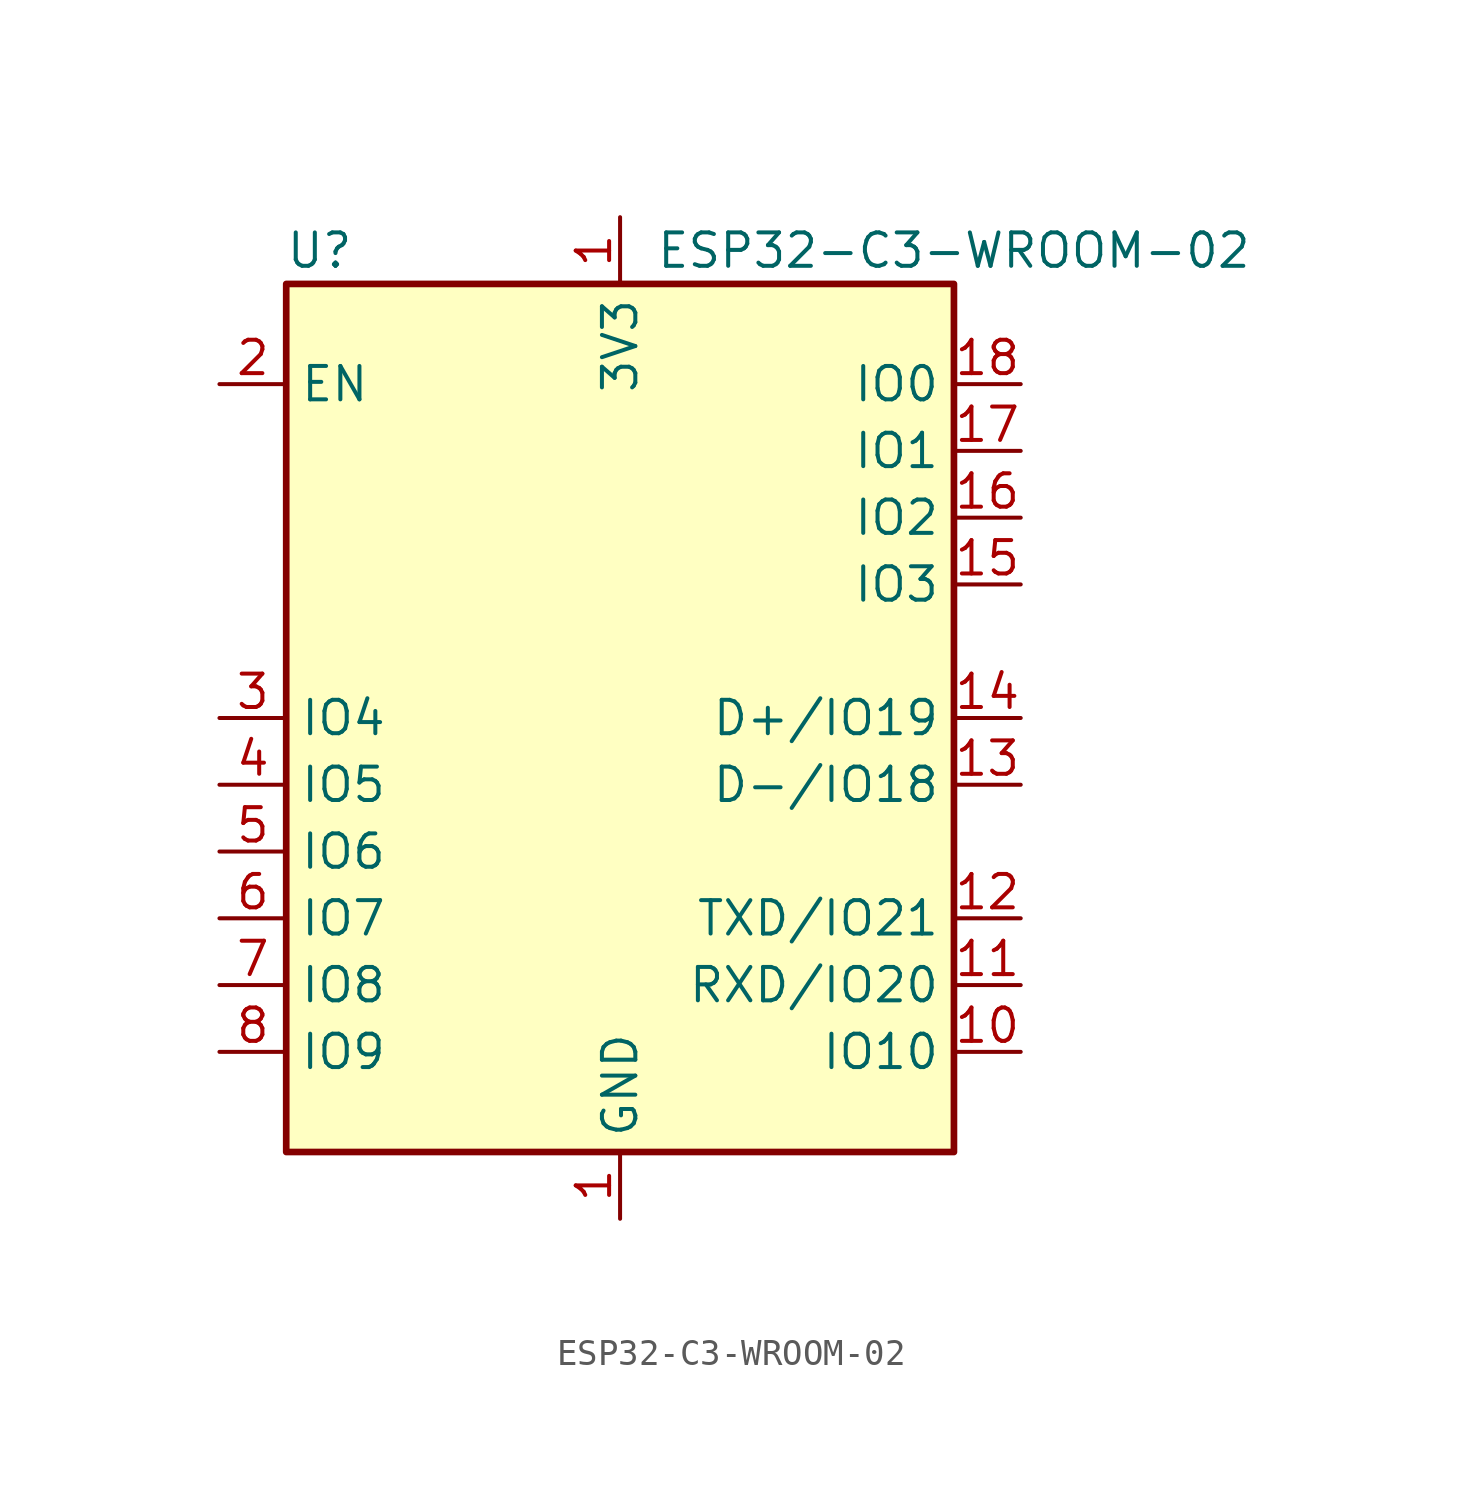
<source format=kicad_sym>
(kicad_symbol_lib
  (version 20220914)
  (generator kicad_symbol_editor)
  (symbol "ESP32-C3-WROOM-02"
    (property "Reference" "U"
      (at -11.43 17.78 0)
      (effects (font (size 1.27 1.27))))
    (property "Value" "ESP32-C3-WROOM-02"
      (at 12.7 17.78 0)
      (effects (font (size 1.27 1.27))))
    (symbol "ESP32-C3-WROOM-02_0_1"
      (rectangle (start -12.7 16.51) (end 12.7 -16.51) (stroke (width 0.254) (type default)) (fill (type background))))
    (symbol "ESP32-C3-WROOM-02_1_1"
      (pin power_in line (at 0 19.05 270) (length 2.54) (name "3V3" (effects (font (size 1.27 1.27)))) (number "1" (effects (font (size 1.27 1.27)))))
      (pin power_in line (at 0 -19.05 90) (length 2.54) (name "GND" (effects (font (size 1.27 1.27)))) (number "1" (effects (font (size 1.27 1.27)))))
      (pin bidirectional line (at 15.24 -12.7 180) (length 2.54) (name "IO10" (effects (font (size 1.27 1.27)))) (number "10" (effects (font (size 1.27 1.27)))))
      (pin bidirectional line (at 15.24 -10.16 180) (length 2.54) (name "RXD/IO20" (effects (font (size 1.27 1.27)))) (number "11" (effects (font (size 1.27 1.27)))))
      (pin bidirectional line (at 15.24 -7.62 180) (length 2.54) (name "TXD/IO21" (effects (font (size 1.27 1.27)))) (number "12" (effects (font (size 1.27 1.27)))))
      (pin bidirectional line (at 15.24 -2.54 180) (length 2.54) (name "D-/IO18" (effects (font (size 1.27 1.27)))) (number "13" (effects (font (size 1.27 1.27)))))
      (pin bidirectional line (at 15.24 0 180) (length 2.54) (name "D+/IO19" (effects (font (size 1.27 1.27)))) (number "14" (effects (font (size 1.27 1.27)))))
      (pin bidirectional line (at 15.24 5.08 180) (length 2.54) (name "IO3" (effects (font (size 1.27 1.27)))) (number "15" (effects (font (size 1.27 1.27)))))
      (pin bidirectional line (at 15.24 7.62 180) (length 2.54) (name "IO2" (effects (font (size 1.27 1.27)))) (number "16" (effects (font (size 1.27 1.27)))))
      (pin bidirectional line (at 15.24 10.16 180) (length 2.54) (name "IO1" (effects (font (size 1.27 1.27)))) (number "17" (effects (font (size 1.27 1.27)))))
      (pin bidirectional line (at 15.24 12.7 180) (length 2.54) (name "IO0" (effects (font (size 1.27 1.27)))) (number "18" (effects (font (size 1.27 1.27)))))
      (pin passive line (at 0 -19.05 90) (length 2.54) hide (name "GND" (effects (font (size 1.27 1.27)))) (number "19" (effects (font (size 1.27 1.27)))))
      (pin input line (at -15.24 12.7 0) (length 2.54) (name "EN" (effects (font (size 1.27 1.27)))) (number "2" (effects (font (size 1.27 1.27)))))
      (pin bidirectional line (at -15.24 0 0) (length 2.54) (name "IO4" (effects (font (size 1.27 1.27)))) (number "3" (effects (font (size 1.27 1.27)))))
      (pin bidirectional line (at -15.24 -2.54 0) (length 2.54) (name "IO5" (effects (font (size 1.27 1.27)))) (number "4" (effects (font (size 1.27 1.27)))))
      (pin bidirectional line (at -15.24 -5.08 0) (length 2.54) (name "IO6" (effects (font (size 1.27 1.27)))) (number "5" (effects (font (size 1.27 1.27)))))
      (pin bidirectional line (at -15.24 -7.62 0) (length 2.54) (name "IO7" (effects (font (size 1.27 1.27)))) (number "6" (effects (font (size 1.27 1.27)))))
      (pin bidirectional line (at -15.24 -10.16 0) (length 2.54) (name "IO8" (effects (font (size 1.27 1.27)))) (number "7" (effects (font (size 1.27 1.27)))))
      (pin bidirectional line (at -15.24 -12.7 0) (length 2.54) (name "IO9" (effects (font (size 1.27 1.27)))) (number "8" (effects (font (size 1.27 1.27))))))))
</source>
